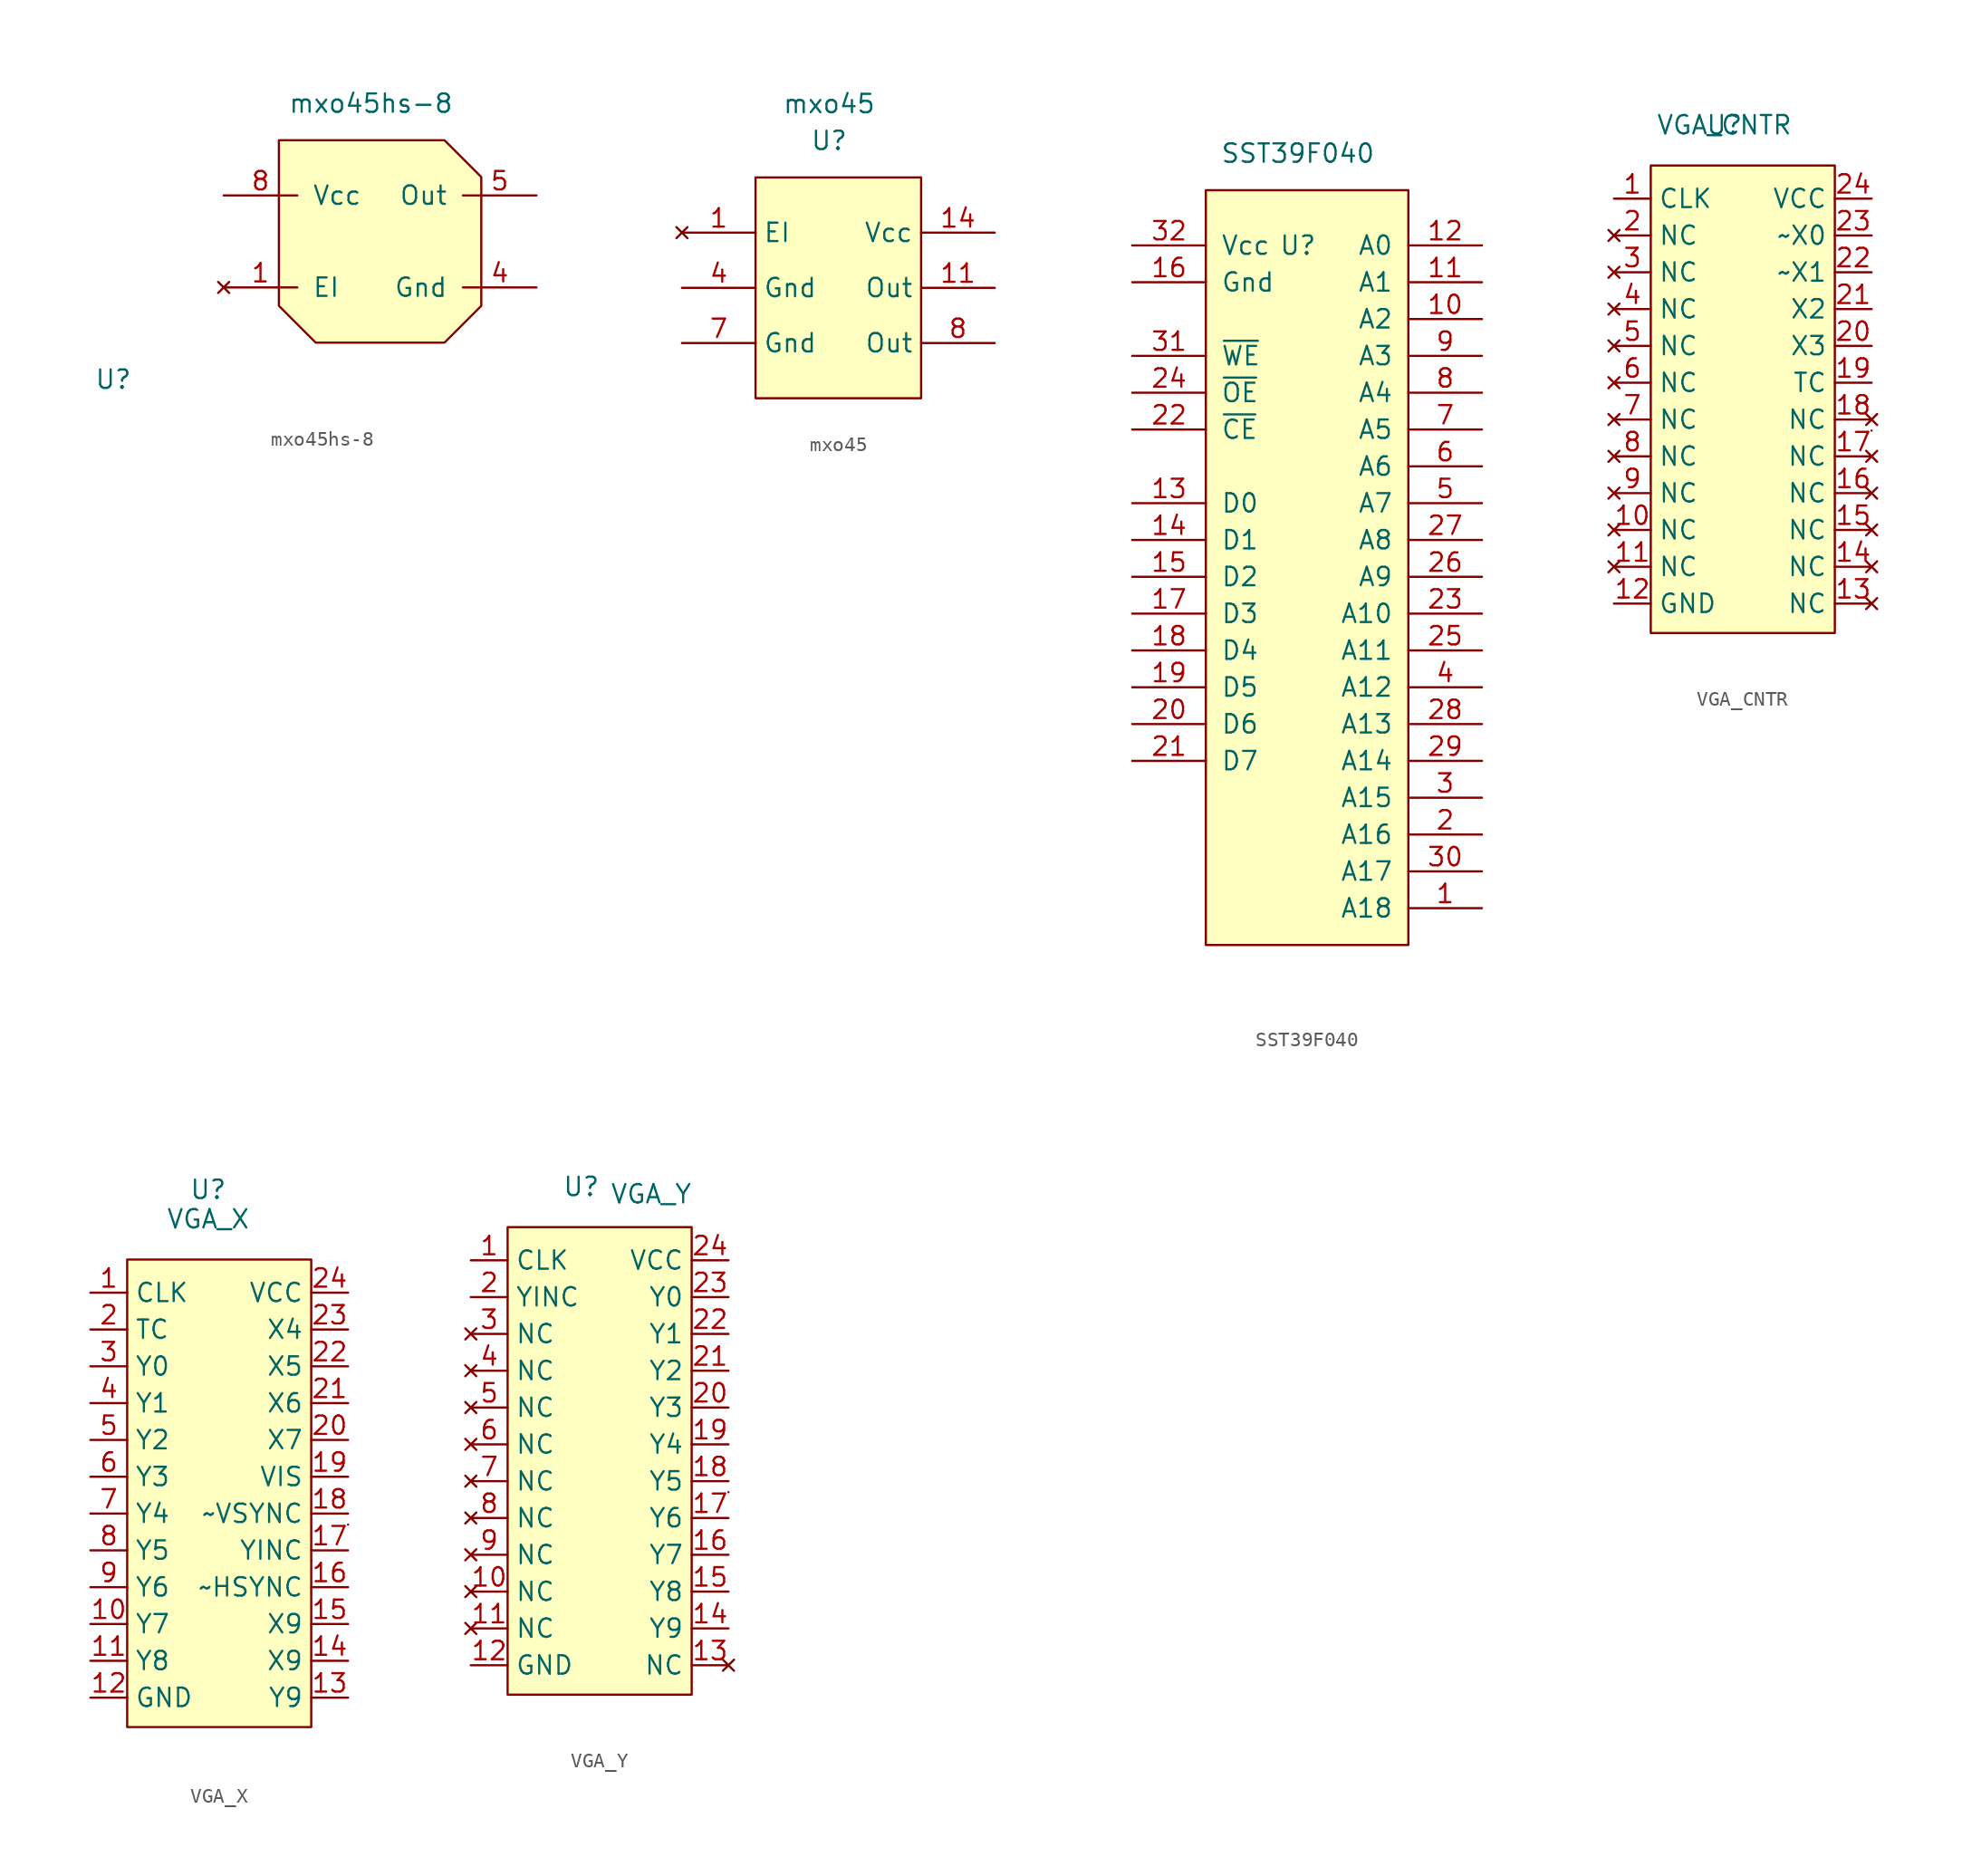
<source format=kicad_sym>
(kicad_symbol_lib
  (version 20211014)
  (generator kicad_symbol_editor)
  (symbol "mxo45hs-8"
    (pin_names
      (offset 1.016))
    (property "Reference" "U"
      (at -17.78 -8.89 0)
      (effects (font (size 1.27 1.27))))
    (property "Value" "mxo45hs-8"
      (at 0 10.16 0)
      (effects (font (size 1.27 1.27))))
    (symbol "mxo45hs-8_0_1"
      (polyline (pts (xy -6.35 7.62) (xy 5.08 7.62) (xy 7.62 5.08) (xy 7.62 -3.81) (xy 5.08 -6.35) (xy -3.81 -6.35) (xy -6.35 -3.81) (xy -6.35 7.62)) (stroke (width 0.152) (type default) (color 0 0 0 0)) (fill (type background))))
    (symbol "mxo45hs-8_1_1"
      (pin no_connect line (at -10.16 -2.54 0) (length 5.08) (name "EI" (effects (font (size 1.27 1.27)))) (number "1" (effects (font (size 1.27 1.27)))))
      (pin power_in line (at 11.43 -2.54 180) (length 5.08) (name "Gnd" (effects (font (size 1.27 1.27)))) (number "4" (effects (font (size 1.27 1.27)))))
      (pin output line (at 11.43 3.81 180) (length 5.08) (name "Out" (effects (font (size 1.27 1.27)))) (number "5" (effects (font (size 1.27 1.27)))))
      (pin power_in line (at -10.16 3.81 0) (length 5.08) (name "Vcc" (effects (font (size 1.27 1.27)))) (number "8" (effects (font (size 1.27 1.27)))))))
  (symbol "mxo45"
    (property "Reference" "U"
      (at 1.27 0 0)
      (effects (font (size 1.27 1.27))))
    (property "Value" "mxo45"
      (at 1.27 2.54 0)
      (effects (font (size 1.27 1.27))))
    (symbol "mxo45_0_1"
      (rectangle (start 7.62 -2.54) (end -3.81 -17.78) (stroke (width 0.152) (type default) (color 0 0 0 0)) (fill (type background))))
    (symbol "mxo45_1_1"
      (pin no_connect line (at -8.89 -6.35 0) (length 5.08) (name "EI" (effects (font (size 1.27 1.27)))) (number "1" (effects (font (size 1.27 1.27)))))
      (pin output line (at 12.7 -10.16 180) (length 5.08) (name "Out" (effects (font (size 1.27 1.27)))) (number "11" (effects (font (size 1.27 1.27)))))
      (pin power_in line (at 12.7 -6.35 180) (length 5.08) (name "Vcc" (effects (font (size 1.27 1.27)))) (number "14" (effects (font (size 1.27 1.27)))))
      (pin power_in line (at -8.89 -10.16 0) (length 5.08) (name "Gnd" (effects (font (size 1.27 1.27)))) (number "4" (effects (font (size 1.27 1.27)))))
      (pin power_in line (at -8.89 -13.97 0) (length 5.08) (name "Gnd" (effects (font (size 1.27 1.27)))) (number "7" (effects (font (size 1.27 1.27)))))
      (pin output line (at 12.7 -13.97 180) (length 5.08) (name "Out" (effects (font (size 1.27 1.27)))) (number "8" (effects (font (size 1.27 1.27)))))))
  (symbol "SST39F040"
    (pin_names
      (offset 1.016))
    (property "Reference" "U"
      (at 0 -6.35 0)
      (effects (font (size 1.27 1.27))))
    (property "Value" "SST39F040"
      (at 0 0 0)
      (effects (font (size 1.27 1.27))))
    (symbol "SST39F040_0_1"
      (rectangle (start -6.35 -2.54) (end 7.62 -54.61) (stroke (width 0) (type default) (color 0 0 0 0)) (fill (type background))))
    (symbol "SST39F040_1_1"
      (pin input line (at 12.7 -52.07 180) (length 5.08) (name "A18" (effects (font (size 1.27 1.27)))) (number "1" (effects (font (size 1.27 1.27)))))
      (pin input line (at 12.7 -11.43 180) (length 5.08) (name "A2" (effects (font (size 1.27 1.27)))) (number "10" (effects (font (size 1.27 1.27)))))
      (pin input line (at 12.7 -8.89 180) (length 5.08) (name "A1" (effects (font (size 1.27 1.27)))) (number "11" (effects (font (size 1.27 1.27)))))
      (pin input line (at 12.7 -6.35 180) (length 5.08) (name "A0" (effects (font (size 1.27 1.27)))) (number "12" (effects (font (size 1.27 1.27)))))
      (pin bidirectional line (at -11.43 -24.13 0) (length 5.08) (name "D0" (effects (font (size 1.27 1.27)))) (number "13" (effects (font (size 1.27 1.27)))))
      (pin bidirectional line (at -11.43 -26.67 0) (length 5.08) (name "D1" (effects (font (size 1.27 1.27)))) (number "14" (effects (font (size 1.27 1.27)))))
      (pin bidirectional line (at -11.43 -29.21 0) (length 5.08) (name "D2" (effects (font (size 1.27 1.27)))) (number "15" (effects (font (size 1.27 1.27)))))
      (pin power_in line (at -11.43 -8.89 0) (length 5.08) (name "Gnd" (effects (font (size 1.27 1.27)))) (number "16" (effects (font (size 1.27 1.27)))))
      (pin bidirectional line (at -11.43 -31.75 0) (length 5.08) (name "D3" (effects (font (size 1.27 1.27)))) (number "17" (effects (font (size 1.27 1.27)))))
      (pin bidirectional line (at -11.43 -34.29 0) (length 5.08) (name "D4" (effects (font (size 1.27 1.27)))) (number "18" (effects (font (size 1.27 1.27)))))
      (pin bidirectional line (at -11.43 -36.83 0) (length 5.08) (name "D5" (effects (font (size 1.27 1.27)))) (number "19" (effects (font (size 1.27 1.27)))))
      (pin input line (at 12.7 -46.99 180) (length 5.08) (name "A16" (effects (font (size 1.27 1.27)))) (number "2" (effects (font (size 1.27 1.27)))))
      (pin bidirectional line (at -11.43 -39.37 0) (length 5.08) (name "D6" (effects (font (size 1.27 1.27)))) (number "20" (effects (font (size 1.27 1.27)))))
      (pin bidirectional line (at -11.43 -41.91 0) (length 5.08) (name "D7" (effects (font (size 1.27 1.27)))) (number "21" (effects (font (size 1.27 1.27)))))
      (pin input line (at -11.43 -19.05 0) (length 5.08) (name "~{CE}" (effects (font (size 1.27 1.27)))) (number "22" (effects (font (size 1.27 1.27)))))
      (pin input line (at 12.7 -31.75 180) (length 5.08) (name "A10" (effects (font (size 1.27 1.27)))) (number "23" (effects (font (size 1.27 1.27)))))
      (pin input line (at -11.43 -16.51 0) (length 5.08) (name "~{OE}" (effects (font (size 1.27 1.27)))) (number "24" (effects (font (size 1.27 1.27)))))
      (pin input line (at 12.7 -34.29 180) (length 5.08) (name "A11" (effects (font (size 1.27 1.27)))) (number "25" (effects (font (size 1.27 1.27)))))
      (pin input line (at 12.7 -29.21 180) (length 5.08) (name "A9" (effects (font (size 1.27 1.27)))) (number "26" (effects (font (size 1.27 1.27)))))
      (pin input line (at 12.7 -26.67 180) (length 5.08) (name "A8" (effects (font (size 1.27 1.27)))) (number "27" (effects (font (size 1.27 1.27)))))
      (pin input line (at 12.7 -39.37 180) (length 5.08) (name "A13" (effects (font (size 1.27 1.27)))) (number "28" (effects (font (size 1.27 1.27)))))
      (pin input line (at 12.7 -41.91 180) (length 5.08) (name "A14" (effects (font (size 1.27 1.27)))) (number "29" (effects (font (size 1.27 1.27)))))
      (pin input line (at 12.7 -44.45 180) (length 5.08) (name "A15" (effects (font (size 1.27 1.27)))) (number "3" (effects (font (size 1.27 1.27)))))
      (pin input line (at 12.7 -49.53 180) (length 5.08) (name "A17" (effects (font (size 1.27 1.27)))) (number "30" (effects (font (size 1.27 1.27)))))
      (pin input line (at -11.43 -13.97 0) (length 5.08) (name "~{WE}" (effects (font (size 1.27 1.27)))) (number "31" (effects (font (size 1.27 1.27)))))
      (pin power_in line (at -11.43 -6.35 0) (length 5.08) (name "Vcc" (effects (font (size 1.27 1.27)))) (number "32" (effects (font (size 1.27 1.27)))))
      (pin input line (at 12.7 -36.83 180) (length 5.08) (name "A12" (effects (font (size 1.27 1.27)))) (number "4" (effects (font (size 1.27 1.27)))))
      (pin input line (at 12.7 -24.13 180) (length 5.08) (name "A7" (effects (font (size 1.27 1.27)))) (number "5" (effects (font (size 1.27 1.27)))))
      (pin input line (at 12.7 -21.59 180) (length 5.08) (name "A6" (effects (font (size 1.27 1.27)))) (number "6" (effects (font (size 1.27 1.27)))))
      (pin input line (at 12.7 -19.05 180) (length 5.08) (name "A5" (effects (font (size 1.27 1.27)))) (number "7" (effects (font (size 1.27 1.27)))))
      (pin input line (at 12.7 -16.51 180) (length 5.08) (name "A4" (effects (font (size 1.27 1.27)))) (number "8" (effects (font (size 1.27 1.27)))))
      (pin input line (at 12.7 -13.97 180) (length 5.08) (name "A3" (effects (font (size 1.27 1.27)))) (number "9" (effects (font (size 1.27 1.27)))))))
  (symbol "VGA_CNTR"
    (property "Reference" "U"
      (at 0 0 0)
      (effects (font (size 1.27 1.27))))
    (property "Value" "VGA_CNTR"
      (at 0 0 0)
      (effects (font (size 1.27 1.27))))
    (symbol "VGA_CNTR_0_1"
      (rectangle (start -5.08 -2.794) (end 7.62 -35.052) (stroke (width 0) (type default) (color 0 0 0 0)) (fill (type background)))
      (rectangle (start 10.16 -21.082) (end 10.16 -21.082) (stroke (width 0) (type default) (color 0 0 0 0)) (fill (type none))))
    (symbol "VGA_CNTR_1_1"
      (pin input line (at -7.62 -5.08 0) (length 2.54) (name "CLK" (effects (font (size 1.27 1.27)))) (number "1" (effects (font (size 1.27 1.27)))))
      (pin no_connect line (at -7.62 -27.94 0) (length 2.54) (name "NC" (effects (font (size 1.27 1.27)))) (number "10" (effects (font (size 1.27 1.27)))))
      (pin no_connect line (at -7.62 -30.48 0) (length 2.54) (name "NC" (effects (font (size 1.27 1.27)))) (number "11" (effects (font (size 1.27 1.27)))))
      (pin power_in line (at -7.62 -33.02 0) (length 2.54) (name "GND" (effects (font (size 1.27 1.27)))) (number "12" (effects (font (size 1.27 1.27)))))
      (pin no_connect line (at 10.16 -33.02 180) (length 2.54) (name "NC" (effects (font (size 1.27 1.27)))) (number "13" (effects (font (size 1.27 1.27)))))
      (pin no_connect line (at 10.16 -30.48 180) (length 2.54) (name "NC" (effects (font (size 1.27 1.27)))) (number "14" (effects (font (size 1.27 1.27)))))
      (pin no_connect line (at 10.16 -27.94 180) (length 2.54) (name "NC" (effects (font (size 1.27 1.27)))) (number "15" (effects (font (size 1.27 1.27)))))
      (pin no_connect line (at 10.16 -25.4 180) (length 2.54) (name "NC" (effects (font (size 1.27 1.27)))) (number "16" (effects (font (size 1.27 1.27)))))
      (pin no_connect line (at 10.16 -22.86 180) (length 2.54) (name "NC" (effects (font (size 1.27 1.27)))) (number "17" (effects (font (size 1.27 1.27)))))
      (pin no_connect line (at 10.16 -20.32 180) (length 2.54) (name "NC" (effects (font (size 1.27 1.27)))) (number "18" (effects (font (size 1.27 1.27)))))
      (pin output line (at 10.16 -17.78 180) (length 2.54) (name "TC" (effects (font (size 1.27 1.27)))) (number "19" (effects (font (size 1.27 1.27)))))
      (pin no_connect line (at -7.62 -7.62 0) (length 2.54) (name "NC" (effects (font (size 1.27 1.27)))) (number "2" (effects (font (size 1.27 1.27)))))
      (pin output line (at 10.16 -15.24 180) (length 2.54) (name "X3" (effects (font (size 1.27 1.27)))) (number "20" (effects (font (size 1.27 1.27)))))
      (pin output line (at 10.16 -12.7 180) (length 2.54) (name "X2" (effects (font (size 1.27 1.27)))) (number "21" (effects (font (size 1.27 1.27)))))
      (pin output line (at 10.16 -10.16 180) (length 2.54) (name "~X1" (effects (font (size 1.27 1.27)))) (number "22" (effects (font (size 1.27 1.27)))))
      (pin output line (at 10.16 -7.62 180) (length 2.54) (name "~X0" (effects (font (size 1.27 1.27)))) (number "23" (effects (font (size 1.27 1.27)))))
      (pin power_in line (at 10.16 -5.08 180) (length 2.54) (name "VCC" (effects (font (size 1.27 1.27)))) (number "24" (effects (font (size 1.27 1.27)))))
      (pin no_connect line (at -7.62 -10.16 0) (length 2.54) (name "NC" (effects (font (size 1.27 1.27)))) (number "3" (effects (font (size 1.27 1.27)))))
      (pin no_connect line (at -7.62 -12.7 0) (length 2.54) (name "NC" (effects (font (size 1.27 1.27)))) (number "4" (effects (font (size 1.27 1.27)))))
      (pin no_connect line (at -7.62 -15.24 0) (length 2.54) (name "NC" (effects (font (size 1.27 1.27)))) (number "5" (effects (font (size 1.27 1.27)))))
      (pin no_connect line (at -7.62 -17.78 0) (length 2.54) (name "NC" (effects (font (size 1.27 1.27)))) (number "6" (effects (font (size 1.27 1.27)))))
      (pin no_connect line (at -7.62 -20.32 0) (length 2.54) (name "NC" (effects (font (size 1.27 1.27)))) (number "7" (effects (font (size 1.27 1.27)))))
      (pin no_connect line (at -7.62 -22.86 0) (length 2.54) (name "NC" (effects (font (size 1.27 1.27)))) (number "8" (effects (font (size 1.27 1.27)))))
      (pin no_connect line (at -7.62 -25.4 0) (length 2.54) (name "NC" (effects (font (size 1.27 1.27)))) (number "9" (effects (font (size 1.27 1.27)))))))
  (symbol "VGA_X"
    (property "Reference" "U"
      (at 0.508 4.572 0)
      (effects (font (size 1.27 1.27))))
    (property "Value" "VGA_X"
      (at 0.508 2.54 0)
      (effects (font (size 1.27 1.27))))
    (symbol "VGA_X_0_1"
      (rectangle (start -5.08 -0.254) (end 7.62 -32.512) (stroke (width 0) (type default) (color 0 0 0 0)) (fill (type background)))
      (rectangle (start 10.16 -18.542) (end 10.16 -18.542) (stroke (width 0) (type default) (color 0 0 0 0)) (fill (type none))))
    (symbol "VGA_X_1_1"
      (pin input line (at -7.62 -2.54 0) (length 2.54) (name "CLK" (effects (font (size 1.27 1.27)))) (number "1" (effects (font (size 1.27 1.27)))))
      (pin input line (at -7.62 -25.4 0) (length 2.54) (name "Y7" (effects (font (size 1.27 1.27)))) (number "10" (effects (font (size 1.27 1.27)))))
      (pin input line (at -7.62 -27.94 0) (length 2.54) (name "Y8" (effects (font (size 1.27 1.27)))) (number "11" (effects (font (size 1.27 1.27)))))
      (pin power_in line (at -7.62 -30.48 0) (length 2.54) (name "GND" (effects (font (size 1.27 1.27)))) (number "12" (effects (font (size 1.27 1.27)))))
      (pin input line (at 10.16 -30.48 180) (length 2.54) (name "Y9" (effects (font (size 1.27 1.27)))) (number "13" (effects (font (size 1.27 1.27)))))
      (pin input line (at 10.16 -27.94 180) (length 2.54) (name "X9" (effects (font (size 1.27 1.27)))) (number "14" (effects (font (size 1.27 1.27)))))
      (pin output line (at 10.16 -25.4 180) (length 2.54) (name "X9" (effects (font (size 1.27 1.27)))) (number "15" (effects (font (size 1.27 1.27)))))
      (pin output line (at 10.16 -22.86 180) (length 2.54) (name "~HSYNC" (effects (font (size 1.27 1.27)))) (number "16" (effects (font (size 1.27 1.27)))))
      (pin output line (at 10.16 -20.32 180) (length 2.54) (name "YINC" (effects (font (size 1.27 1.27)))) (number "17" (effects (font (size 1.27 1.27)))))
      (pin output line (at 10.16 -17.78 180) (length 2.54) (name "~VSYNC" (effects (font (size 1.27 1.27)))) (number "18" (effects (font (size 1.27 1.27)))))
      (pin output line (at 10.16 -15.24 180) (length 2.54) (name "VIS" (effects (font (size 1.27 1.27)))) (number "19" (effects (font (size 1.27 1.27)))))
      (pin input line (at -7.62 -5.08 0) (length 2.54) (name "TC" (effects (font (size 1.27 1.27)))) (number "2" (effects (font (size 1.27 1.27)))))
      (pin output line (at 10.16 -12.7 180) (length 2.54) (name "X7" (effects (font (size 1.27 1.27)))) (number "20" (effects (font (size 1.27 1.27)))))
      (pin output line (at 10.16 -10.16 180) (length 2.54) (name "X6" (effects (font (size 1.27 1.27)))) (number "21" (effects (font (size 1.27 1.27)))))
      (pin output line (at 10.16 -7.62 180) (length 2.54) (name "X5" (effects (font (size 1.27 1.27)))) (number "22" (effects (font (size 1.27 1.27)))))
      (pin output line (at 10.16 -5.08 180) (length 2.54) (name "X4" (effects (font (size 1.27 1.27)))) (number "23" (effects (font (size 1.27 1.27)))))
      (pin power_in line (at 10.16 -2.54 180) (length 2.54) (name "VCC" (effects (font (size 1.27 1.27)))) (number "24" (effects (font (size 1.27 1.27)))))
      (pin input line (at -7.62 -7.62 0) (length 2.54) (name "Y0" (effects (font (size 1.27 1.27)))) (number "3" (effects (font (size 1.27 1.27)))))
      (pin input line (at -7.62 -10.16 0) (length 2.54) (name "Y1" (effects (font (size 1.27 1.27)))) (number "4" (effects (font (size 1.27 1.27)))))
      (pin input line (at -7.62 -12.7 0) (length 2.54) (name "Y2" (effects (font (size 1.27 1.27)))) (number "5" (effects (font (size 1.27 1.27)))))
      (pin input line (at -7.62 -15.24 0) (length 2.54) (name "Y3" (effects (font (size 1.27 1.27)))) (number "6" (effects (font (size 1.27 1.27)))))
      (pin input line (at -7.62 -17.78 0) (length 2.54) (name "Y4" (effects (font (size 1.27 1.27)))) (number "7" (effects (font (size 1.27 1.27)))))
      (pin input line (at -7.62 -20.32 0) (length 2.54) (name "Y5" (effects (font (size 1.27 1.27)))) (number "8" (effects (font (size 1.27 1.27)))))
      (pin input line (at -7.62 -22.86 0) (length 2.54) (name "Y6" (effects (font (size 1.27 1.27)))) (number "9" (effects (font (size 1.27 1.27)))))))
  (symbol "VGA_Y"
    (property "Reference" "U"
      (at 0 0 0)
      (effects (font (size 1.27 1.27))))
    (property "Value" "VGA_Y"
      (at 4.826 -0.508 0)
      (effects (font (size 1.27 1.27))))
    (symbol "VGA_Y_0_1"
      (rectangle (start -5.08 -2.794) (end 7.62 -35.052) (stroke (width 0) (type default) (color 0 0 0 0)) (fill (type background)))
      (rectangle (start 10.16 -21.082) (end 10.16 -21.082) (stroke (width 0) (type default) (color 0 0 0 0)) (fill (type none))))
    (symbol "VGA_Y_1_1"
      (pin input line (at -7.62 -5.08 0) (length 2.54) (name "CLK" (effects (font (size 1.27 1.27)))) (number "1" (effects (font (size 1.27 1.27)))))
      (pin no_connect line (at -7.62 -27.94 0) (length 2.54) (name "NC" (effects (font (size 1.27 1.27)))) (number "10" (effects (font (size 1.27 1.27)))))
      (pin no_connect line (at -7.62 -30.48 0) (length 2.54) (name "NC" (effects (font (size 1.27 1.27)))) (number "11" (effects (font (size 1.27 1.27)))))
      (pin power_in line (at -7.62 -33.02 0) (length 2.54) (name "GND" (effects (font (size 1.27 1.27)))) (number "12" (effects (font (size 1.27 1.27)))))
      (pin no_connect line (at 10.16 -33.02 180) (length 2.54) (name "NC" (effects (font (size 1.27 1.27)))) (number "13" (effects (font (size 1.27 1.27)))))
      (pin output line (at 10.16 -30.48 180) (length 2.54) (name "Y9" (effects (font (size 1.27 1.27)))) (number "14" (effects (font (size 1.27 1.27)))))
      (pin output line (at 10.16 -27.94 180) (length 2.54) (name "Y8" (effects (font (size 1.27 1.27)))) (number "15" (effects (font (size 1.27 1.27)))))
      (pin output line (at 10.16 -25.4 180) (length 2.54) (name "Y7" (effects (font (size 1.27 1.27)))) (number "16" (effects (font (size 1.27 1.27)))))
      (pin output line (at 10.16 -22.86 180) (length 2.54) (name "Y6" (effects (font (size 1.27 1.27)))) (number "17" (effects (font (size 1.27 1.27)))))
      (pin output line (at 10.16 -20.32 180) (length 2.54) (name "Y5" (effects (font (size 1.27 1.27)))) (number "18" (effects (font (size 1.27 1.27)))))
      (pin output line (at 10.16 -17.78 180) (length 2.54) (name "Y4" (effects (font (size 1.27 1.27)))) (number "19" (effects (font (size 1.27 1.27)))))
      (pin input line (at -7.62 -7.62 0) (length 2.54) (name "YINC" (effects (font (size 1.27 1.27)))) (number "2" (effects (font (size 1.27 1.27)))))
      (pin output line (at 10.16 -15.24 180) (length 2.54) (name "Y3" (effects (font (size 1.27 1.27)))) (number "20" (effects (font (size 1.27 1.27)))))
      (pin output line (at 10.16 -12.7 180) (length 2.54) (name "Y2" (effects (font (size 1.27 1.27)))) (number "21" (effects (font (size 1.27 1.27)))))
      (pin output line (at 10.16 -10.16 180) (length 2.54) (name "Y1" (effects (font (size 1.27 1.27)))) (number "22" (effects (font (size 1.27 1.27)))))
      (pin output line (at 10.16 -7.62 180) (length 2.54) (name "Y0" (effects (font (size 1.27 1.27)))) (number "23" (effects (font (size 1.27 1.27)))))
      (pin power_in line (at 10.16 -5.08 180) (length 2.54) (name "VCC" (effects (font (size 1.27 1.27)))) (number "24" (effects (font (size 1.27 1.27)))))
      (pin no_connect line (at -7.62 -10.16 0) (length 2.54) (name "NC" (effects (font (size 1.27 1.27)))) (number "3" (effects (font (size 1.27 1.27)))))
      (pin no_connect line (at -7.62 -12.7 0) (length 2.54) (name "NC" (effects (font (size 1.27 1.27)))) (number "4" (effects (font (size 1.27 1.27)))))
      (pin no_connect line (at -7.62 -15.24 0) (length 2.54) (name "NC" (effects (font (size 1.27 1.27)))) (number "5" (effects (font (size 1.27 1.27)))))
      (pin no_connect line (at -7.62 -17.78 0) (length 2.54) (name "NC" (effects (font (size 1.27 1.27)))) (number "6" (effects (font (size 1.27 1.27)))))
      (pin no_connect line (at -7.62 -20.32 0) (length 2.54) (name "NC" (effects (font (size 1.27 1.27)))) (number "7" (effects (font (size 1.27 1.27)))))
      (pin no_connect line (at -7.62 -22.86 0) (length 2.54) (name "NC" (effects (font (size 1.27 1.27)))) (number "8" (effects (font (size 1.27 1.27)))))
      (pin no_connect line (at -7.62 -25.4 0) (length 2.54) (name "NC" (effects (font (size 1.27 1.27)))) (number "9" (effects (font (size 1.27 1.27))))))))
</source>
